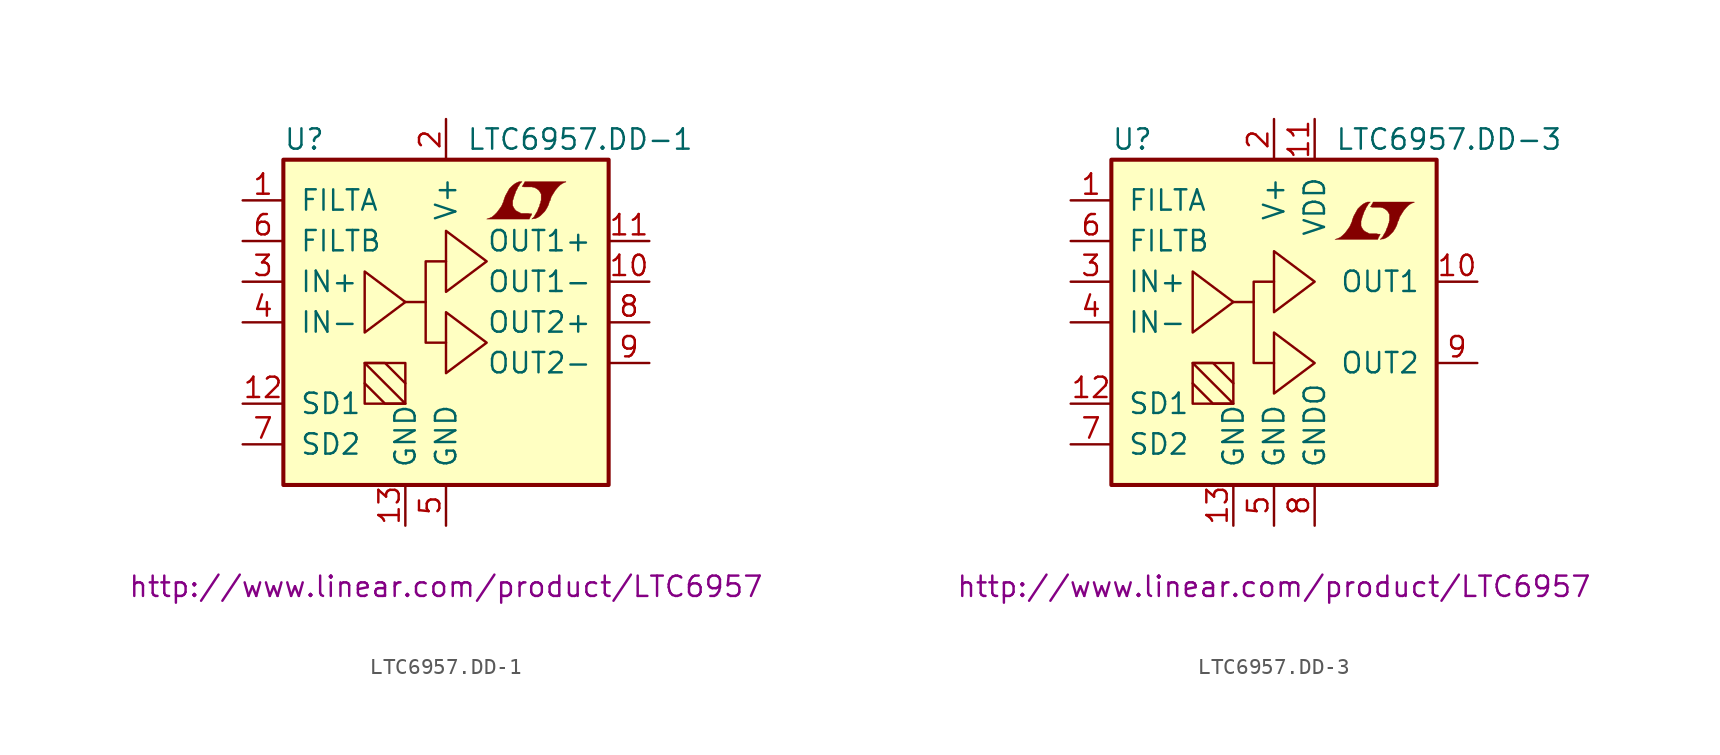
<source format=kicad_sym>
(kicad_symbol_lib
  (version 20201005)
  (generator kicad_symbol_editor)
  (symbol "LTC6957.DD-1"
    (pin_names
      (offset 1.016))
    (property "Reference" "U"
      (at -10.16 11.43 0)
      (effects (font (size 1.27 1.27)) (justify left)))
    (property "Value" "LTC6957.DD-1"
      (at 1.27 11.43 0)
      (effects (font (size 1.27 1.27)) (justify left)))
    (property "Datasheet" "http://www.linear.com/product/LTC6957"
      (at 0 -16.51 0)
      (effects (font (size 1.27 1.27))))
    (symbol "LTC6957.DD-1_0_0"
      (polyline (pts (xy 5.283 6.629) (xy 5.309 6.655) (xy 5.359 6.756) (xy 5.359 6.782) (xy 5.232 6.782) (xy 5.131 6.807) (xy 4.674 6.807) (xy 4.648 6.833) (xy 4.394 6.96) (xy 4.293 7.061) (xy 4.216 7.188) (xy 4.166 7.29) (xy 4.166 7.595) (xy 4.216 7.747) (xy 4.242 7.849) (xy 4.267 7.925) (xy 4.318 8.052) (xy 4.369 8.204) (xy 4.445 8.331) (xy 4.496 8.458) (xy 4.572 8.56) (xy 4.623 8.661) (xy 4.75 8.788) (xy 4.572 8.788) (xy 4.445 8.738) (xy 4.343 8.687) (xy 4.267 8.636) (xy 4.14 8.534) (xy 3.962 8.357) (xy 3.708 7.899) (xy 3.607 7.62) (xy 3.607 7.569) (xy 3.556 7.468) (xy 3.505 7.341) (xy 3.454 7.239) (xy 3.327 7.061) (xy 3.175 6.858) (xy 3.023 6.706) (xy 2.87 6.579) (xy 2.692 6.502) (xy 2.54 6.452) (xy 5.207 6.452) (xy 5.283 6.629)) (stroke (width 0.025)) (fill (type outline)))
      (polyline (pts (xy 5.486 6.477) (xy 5.563 6.477) (xy 5.74 6.553) (xy 5.893 6.655) (xy 6.172 6.934) (xy 6.299 7.137) (xy 6.401 7.341) (xy 6.477 7.595) (xy 6.502 7.595) (xy 6.579 7.849) (xy 6.833 8.255) (xy 6.985 8.433) (xy 7.137 8.585) (xy 7.29 8.687) (xy 7.468 8.763) (xy 7.493 8.763) (xy 7.493 8.788) (xy 4.928 8.788) (xy 4.851 8.636) (xy 4.826 8.611) (xy 4.775 8.509) (xy 4.75 8.484) (xy 4.801 8.484) (xy 4.851 8.458) (xy 5.385 8.458) (xy 5.436 8.433) (xy 5.486 8.433) (xy 5.563 8.407) (xy 5.69 8.331) (xy 5.817 8.23) (xy 5.893 8.103) (xy 5.918 8.052) (xy 5.944 8.026) (xy 5.944 7.62) (xy 5.918 7.569) (xy 5.918 7.493) (xy 5.867 7.391) (xy 5.842 7.264) (xy 5.766 7.112) (xy 5.715 6.96) (xy 5.563 6.706) (xy 5.512 6.604) (xy 5.359 6.452) (xy 5.486 6.477)) (stroke (width 0.025)) (fill (type outline))))
    (symbol "LTC6957.DD-1_0_1"
      (rectangle (start -10.16 10.16) (end 10.16 -10.16) (stroke (width 0.254)) (fill (type background)))
      (rectangle (start -5.08 -2.54) (end -2.54 -5.08) (stroke (width 0)) (fill (type none)))
      (polyline (pts (xy -2.54 1.27) (xy -1.27 1.27)) (stroke (width 0)) (fill (type none)))
      (polyline (pts (xy -5.08 3.175) (xy -5.08 -0.635) (xy -2.54 1.27) (xy -5.08 3.175)) (stroke (width 0)) (fill (type none)))
      (polyline (pts (xy 0 0.635) (xy 0 -3.175) (xy 2.54 -1.27) (xy 0 0.635)) (stroke (width 0)) (fill (type none)))
      (polyline (pts (xy 0 3.81) (xy -1.27 3.81) (xy -1.27 -1.27) (xy 0 -1.27)) (stroke (width 0)) (fill (type none)))
      (polyline (pts (xy 0 5.715) (xy 0 1.905) (xy 2.54 3.81) (xy 0 5.715)) (stroke (width 0)) (fill (type none)))
      (polyline (pts (xy -5.08 -3.81) (xy -3.81 -5.08) (xy -2.54 -5.08) (xy -5.08 -2.54) (xy -3.81 -2.54) (xy -2.54 -3.81)) (stroke (width 0)) (fill (type none))))
    (symbol "LTC6957.DD-1_1_1"
      (pin input line (at -12.7 7.62 0) (length 2.54) (name "FILTA" (effects (font (size 1.27 1.27)))) (number "1" (effects (font (size 1.27 1.27)))))
      (pin power_in line (at 0 12.7 270) (length 2.54) (name "V+" (effects (font (size 1.27 1.27)))) (number "2" (effects (font (size 1.27 1.27)))))
      (pin input line (at -12.7 2.54 0) (length 2.54) (name "IN+" (effects (font (size 1.27 1.27)))) (number "3" (effects (font (size 1.27 1.27)))))
      (pin input line (at -12.7 0 0) (length 2.54) (name "IN-" (effects (font (size 1.27 1.27)))) (number "4" (effects (font (size 1.27 1.27)))))
      (pin power_in line (at 0 -12.7 90) (length 2.54) (name "GND" (effects (font (size 1.27 1.27)))) (number "5" (effects (font (size 1.27 1.27)))))
      (pin input line (at -12.7 5.08 0) (length 2.54) (name "FILTB" (effects (font (size 1.27 1.27)))) (number "6" (effects (font (size 1.27 1.27)))))
      (pin input line (at -12.7 -7.62 0) (length 2.54) (name "SD2" (effects (font (size 1.27 1.27)))) (number "7" (effects (font (size 1.27 1.27)))))
      (pin output line (at 12.7 0 180) (length 2.54) (name "OUT2+" (effects (font (size 1.27 1.27)))) (number "8" (effects (font (size 1.27 1.27)))))
      (pin output line (at 12.7 -2.54 180) (length 2.54) (name "OUT2-" (effects (font (size 1.27 1.27)))) (number "9" (effects (font (size 1.27 1.27)))))
      (pin output line (at 12.7 2.54 180) (length 2.54) (name "OUT1-" (effects (font (size 1.27 1.27)))) (number "10" (effects (font (size 1.27 1.27)))))
      (pin output line (at 12.7 5.08 180) (length 2.54) (name "OUT1+" (effects (font (size 1.27 1.27)))) (number "11" (effects (font (size 1.27 1.27)))))
      (pin input line (at -12.7 -5.08 0) (length 2.54) (name "SD1" (effects (font (size 1.27 1.27)))) (number "12" (effects (font (size 1.27 1.27)))))
      (pin power_in line (at -2.54 -12.7 90) (length 2.54) (name "GND" (effects (font (size 1.27 1.27)))) (number "13" (effects (font (size 1.27 1.27)))))))
  (symbol "LTC6957.DD-3"
    (pin_names
      (offset 1.016))
    (property "Reference" "U"
      (at -10.16 11.43 0)
      (effects (font (size 1.27 1.27)) (justify left)))
    (property "Value" "LTC6957.DD-3"
      (at 3.81 11.43 0)
      (effects (font (size 1.27 1.27)) (justify left)))
    (property "Datasheet" "http://www.linear.com/product/LTC6957"
      (at 0 -16.51 0)
      (effects (font (size 1.27 1.27))))
    (symbol "LTC6957.DD-3_0_0"
      (polyline (pts (xy 6.553 5.359) (xy 6.579 5.385) (xy 6.629 5.486) (xy 6.629 5.512) (xy 6.502 5.512) (xy 6.401 5.537) (xy 5.944 5.537) (xy 5.918 5.563) (xy 5.664 5.69) (xy 5.563 5.791) (xy 5.486 5.918) (xy 5.436 6.02) (xy 5.436 6.325) (xy 5.486 6.477) (xy 5.512 6.579) (xy 5.537 6.655) (xy 5.588 6.782) (xy 5.639 6.934) (xy 5.715 7.061) (xy 5.766 7.188) (xy 5.842 7.29) (xy 5.893 7.391) (xy 6.02 7.518) (xy 5.842 7.518) (xy 5.715 7.468) (xy 5.613 7.417) (xy 5.537 7.366) (xy 5.41 7.264) (xy 5.232 7.087) (xy 4.978 6.629) (xy 4.877 6.35) (xy 4.877 6.299) (xy 4.826 6.198) (xy 4.775 6.071) (xy 4.724 5.969) (xy 4.597 5.791) (xy 4.445 5.588) (xy 4.293 5.436) (xy 4.14 5.309) (xy 3.962 5.232) (xy 3.81 5.182) (xy 6.477 5.182) (xy 6.553 5.359)) (stroke (width 0.025)) (fill (type outline)))
      (polyline (pts (xy 6.756 5.207) (xy 6.833 5.207) (xy 7.01 5.283) (xy 7.163 5.385) (xy 7.442 5.664) (xy 7.569 5.867) (xy 7.671 6.071) (xy 7.747 6.325) (xy 7.772 6.325) (xy 7.849 6.579) (xy 8.103 6.985) (xy 8.255 7.163) (xy 8.407 7.315) (xy 8.56 7.417) (xy 8.738 7.493) (xy 8.763 7.493) (xy 8.763 7.518) (xy 6.198 7.518) (xy 6.121 7.366) (xy 6.096 7.341) (xy 6.045 7.239) (xy 6.02 7.214) (xy 6.071 7.214) (xy 6.121 7.188) (xy 6.655 7.188) (xy 6.706 7.163) (xy 6.756 7.163) (xy 6.833 7.137) (xy 6.96 7.061) (xy 7.087 6.96) (xy 7.163 6.833) (xy 7.188 6.782) (xy 7.214 6.756) (xy 7.214 6.35) (xy 7.188 6.299) (xy 7.188 6.223) (xy 7.137 6.121) (xy 7.112 5.994) (xy 7.036 5.842) (xy 6.985 5.69) (xy 6.833 5.436) (xy 6.782 5.334) (xy 6.629 5.182) (xy 6.756 5.207)) (stroke (width 0.025)) (fill (type outline))))
    (symbol "LTC6957.DD-3_0_1"
      (rectangle (start -10.16 10.16) (end 10.16 -10.16) (stroke (width 0.254)) (fill (type background)))
      (rectangle (start -5.08 -2.54) (end -2.54 -5.08) (stroke (width 0)) (fill (type none)))
      (polyline (pts (xy -2.54 1.27) (xy -1.27 1.27)) (stroke (width 0)) (fill (type none)))
      (polyline (pts (xy -5.08 3.175) (xy -5.08 -0.635) (xy -2.54 1.27) (xy -5.08 3.175)) (stroke (width 0)) (fill (type none)))
      (polyline (pts (xy 0 -0.635) (xy 0 -4.445) (xy 2.54 -2.54) (xy 0 -0.635)) (stroke (width 0)) (fill (type none)))
      (polyline (pts (xy 0 2.54) (xy -1.27 2.54) (xy -1.27 -2.54) (xy 0 -2.54)) (stroke (width 0)) (fill (type none)))
      (polyline (pts (xy 0 4.445) (xy 0 0.635) (xy 2.54 2.54) (xy 0 4.445)) (stroke (width 0)) (fill (type none)))
      (polyline (pts (xy -5.08 -3.81) (xy -3.81 -5.08) (xy -2.54 -5.08) (xy -5.08 -2.54) (xy -3.81 -2.54) (xy -2.54 -3.81)) (stroke (width 0)) (fill (type none))))
    (symbol "LTC6957.DD-3_1_1"
      (pin input line (at -12.7 7.62 0) (length 2.54) (name "FILTA" (effects (font (size 1.27 1.27)))) (number "1" (effects (font (size 1.27 1.27)))))
      (pin power_in line (at 0 12.7 270) (length 2.54) (name "V+" (effects (font (size 1.27 1.27)))) (number "2" (effects (font (size 1.27 1.27)))))
      (pin input line (at -12.7 2.54 0) (length 2.54) (name "IN+" (effects (font (size 1.27 1.27)))) (number "3" (effects (font (size 1.27 1.27)))))
      (pin input line (at -12.7 0 0) (length 2.54) (name "IN-" (effects (font (size 1.27 1.27)))) (number "4" (effects (font (size 1.27 1.27)))))
      (pin power_in line (at 0 -12.7 90) (length 2.54) (name "GND" (effects (font (size 1.27 1.27)))) (number "5" (effects (font (size 1.27 1.27)))))
      (pin input line (at -12.7 5.08 0) (length 2.54) (name "FILTB" (effects (font (size 1.27 1.27)))) (number "6" (effects (font (size 1.27 1.27)))))
      (pin input line (at -12.7 -7.62 0) (length 2.54) (name "SD2" (effects (font (size 1.27 1.27)))) (number "7" (effects (font (size 1.27 1.27)))))
      (pin power_in line (at 2.54 -12.7 90) (length 2.54) (name "GNDO" (effects (font (size 1.27 1.27)))) (number "8" (effects (font (size 1.27 1.27)))))
      (pin output line (at 12.7 -2.54 180) (length 2.54) (name "OUT2" (effects (font (size 1.27 1.27)))) (number "9" (effects (font (size 1.27 1.27)))))
      (pin output line (at 12.7 2.54 180) (length 2.54) (name "OUT1" (effects (font (size 1.27 1.27)))) (number "10" (effects (font (size 1.27 1.27)))))
      (pin power_in line (at 2.54 12.7 270) (length 2.54) (name "VDD" (effects (font (size 1.27 1.27)))) (number "11" (effects (font (size 1.27 1.27)))))
      (pin input line (at -12.7 -5.08 0) (length 2.54) (name "SD1" (effects (font (size 1.27 1.27)))) (number "12" (effects (font (size 1.27 1.27)))))
      (pin power_in line (at -2.54 -12.7 90) (length 2.54) (name "GND" (effects (font (size 1.27 1.27)))) (number "13" (effects (font (size 1.27 1.27))))))))
</source>
